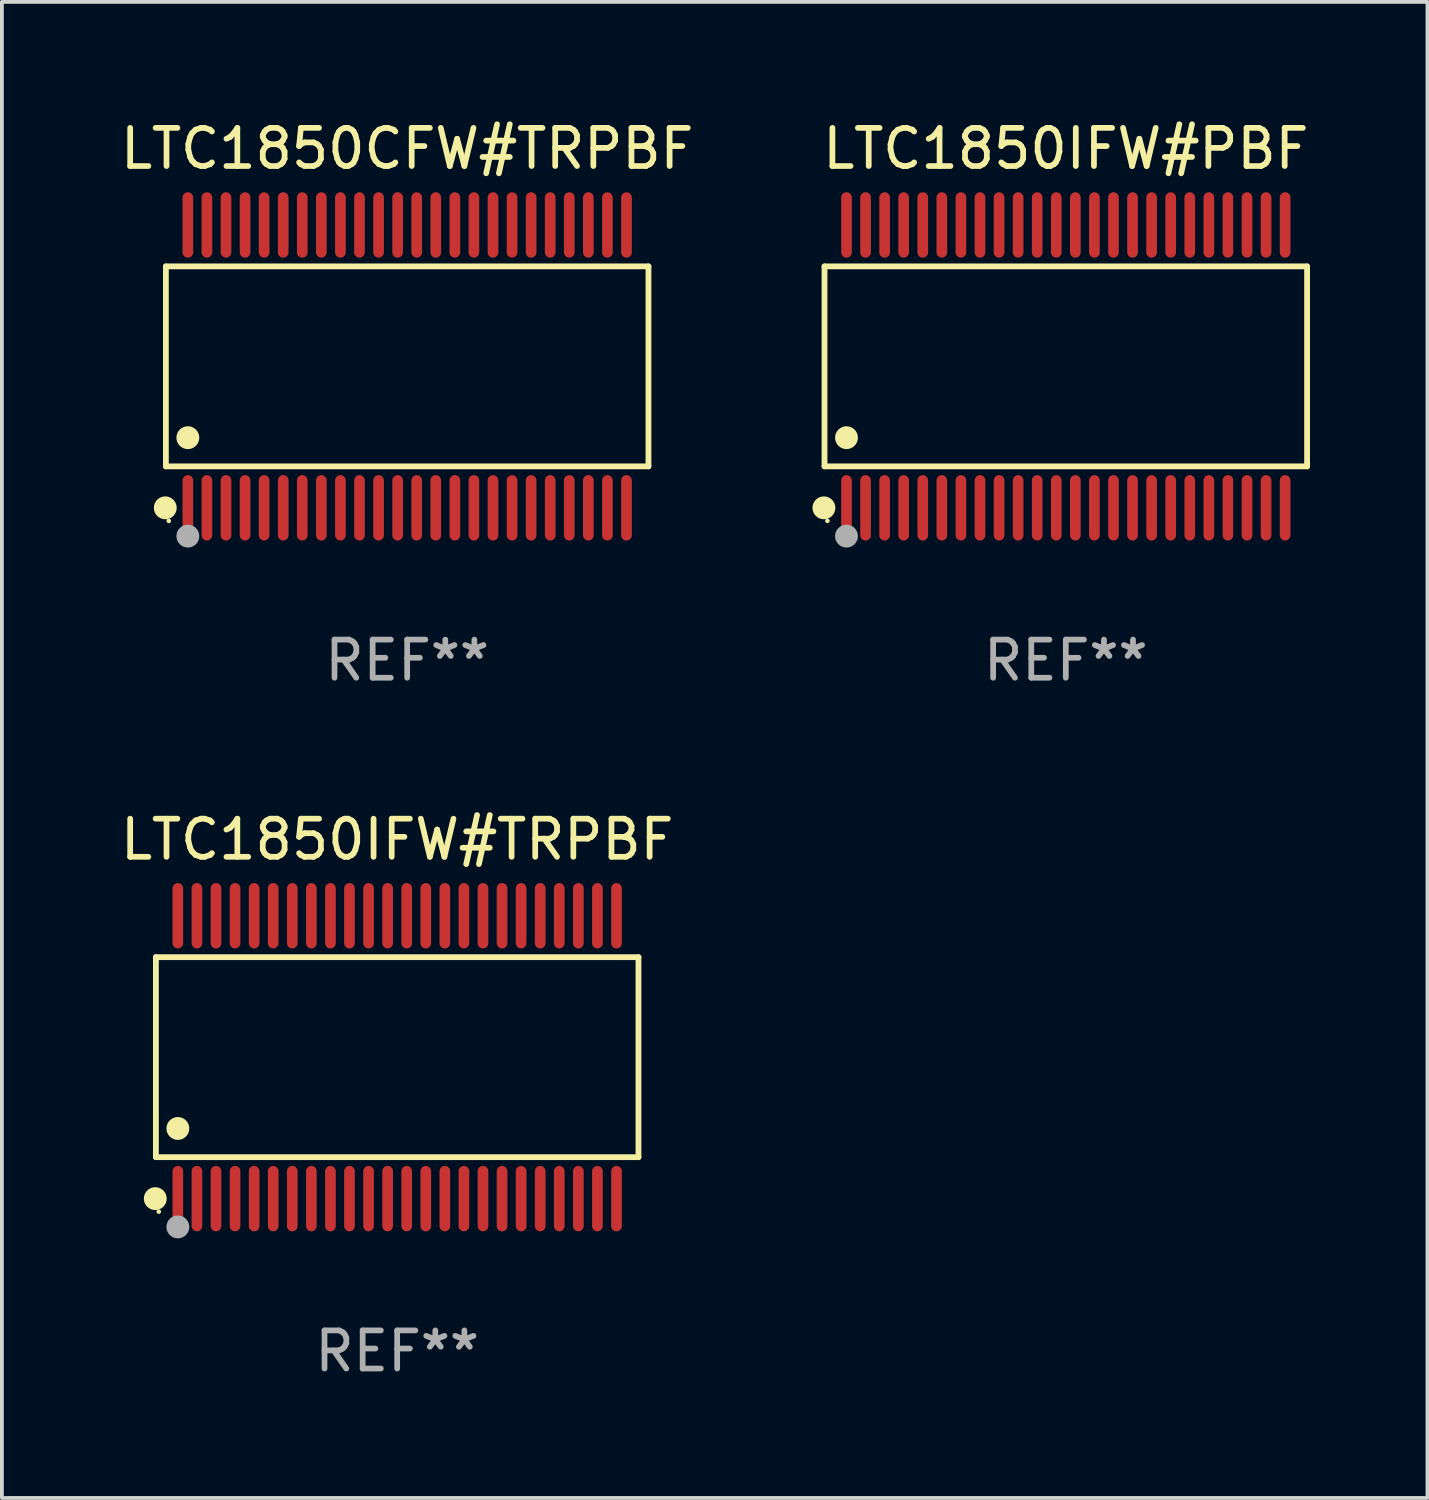
<source format=kicad_pcb>
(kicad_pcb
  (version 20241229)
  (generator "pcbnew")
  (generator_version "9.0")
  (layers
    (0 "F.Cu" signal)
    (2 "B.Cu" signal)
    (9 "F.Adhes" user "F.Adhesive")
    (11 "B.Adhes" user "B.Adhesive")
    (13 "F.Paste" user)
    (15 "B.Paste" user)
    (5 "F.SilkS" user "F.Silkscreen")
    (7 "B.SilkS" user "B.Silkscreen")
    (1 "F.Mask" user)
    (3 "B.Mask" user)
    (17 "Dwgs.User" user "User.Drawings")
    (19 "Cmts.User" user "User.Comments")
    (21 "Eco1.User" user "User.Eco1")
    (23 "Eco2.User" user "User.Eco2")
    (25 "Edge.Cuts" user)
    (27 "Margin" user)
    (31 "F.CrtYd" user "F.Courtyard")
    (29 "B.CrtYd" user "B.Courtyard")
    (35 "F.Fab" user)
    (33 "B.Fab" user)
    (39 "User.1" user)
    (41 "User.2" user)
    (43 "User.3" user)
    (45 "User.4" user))
  (footprint "LTC1850IFW#PBF"
    (layer "F.Cu")
    (at 24.893 6.556)
    (property "Reference" "LTC1850IFW#PBF" (at 0 -5.708 0) (layer "F.SilkS") (effects (font (size 1 1) (thickness 0.15))))
    (attr through_hole)
    (fp_line (start -6.326 -2.622) (end 6.326 -2.622) (stroke (width 0.152) (type solid)) (layer "F.SilkS"))
    (fp_line (start -6.326 2.621) (end -6.326 -2.622) (stroke (width 0.152) (type solid)) (layer "F.SilkS"))
    (fp_line (start 6.326 -2.622) (end 6.326 2.621) (stroke (width 0.152) (type solid)) (layer "F.SilkS"))
    (fp_line (start 6.326 2.621) (end -6.326 2.621) (stroke (width 0.152) (type solid)) (layer "F.SilkS"))
    (fp_circle (center -6.342 3.708) (end -6.192 3.708) (stroke (width 0.3) (type solid)) (fill no) (layer "F.SilkS"))
    (fp_circle (center -6.25 4.05) (end -6.22 4.05) (stroke (width 0.06) (type solid)) (fill no) (layer "F.SilkS"))
    (fp_circle (center -5.75 1.869) (end -5.6 1.869) (stroke (width 0.3) (type solid)) (fill no) (layer "F.SilkS"))
    (fp_circle (center -5.75 4.45) (end -5.6 4.45) (stroke (width 0.3) (type solid)) (fill no) (layer "F.Fab"))
    (fp_text user "REF**" (at 0 7.708 0) (layer "F.Fab") (effects (font (size 1 1) (thickness 0.15))))
    (pad "1" smd oval (at -5.75 3.708) (size 0.28 1.715) (layers "F.Cu" "F.Mask" "F.Paste"))
    (pad "2" smd oval (at -5.25 3.708) (size 0.28 1.715) (layers "F.Cu" "F.Mask" "F.Paste"))
    (pad "3" smd oval (at -4.75 3.708) (size 0.28 1.715) (layers "F.Cu" "F.Mask" "F.Paste"))
    (pad "4" smd oval (at -4.25 3.708) (size 0.28 1.715) (layers "F.Cu" "F.Mask" "F.Paste"))
    (pad "5" smd oval (at -3.75 3.708) (size 0.28 1.715) (layers "F.Cu" "F.Mask" "F.Paste"))
    (pad "6" smd oval (at -3.25 3.708) (size 0.28 1.715) (layers "F.Cu" "F.Mask" "F.Paste"))
    (pad "7" smd oval (at -2.75 3.708) (size 0.28 1.715) (layers "F.Cu" "F.Mask" "F.Paste"))
    (pad "8" smd oval (at -2.25 3.708) (size 0.28 1.715) (layers "F.Cu" "F.Mask" "F.Paste"))
    (pad "9" smd oval (at -1.75 3.708) (size 0.28 1.715) (layers "F.Cu" "F.Mask" "F.Paste"))
    (pad "10" smd oval (at -1.25 3.708) (size 0.28 1.715) (layers "F.Cu" "F.Mask" "F.Paste"))
    (pad "11" smd oval (at -0.75 3.708) (size 0.28 1.715) (layers "F.Cu" "F.Mask" "F.Paste"))
    (pad "12" smd oval (at -0.25 3.708) (size 0.28 1.715) (layers "F.Cu" "F.Mask" "F.Paste"))
    (pad "13" smd oval (at 0.25 3.708) (size 0.28 1.715) (layers "F.Cu" "F.Mask" "F.Paste"))
    (pad "14" smd oval (at 0.75 3.708) (size 0.28 1.715) (layers "F.Cu" "F.Mask" "F.Paste"))
    (pad "15" smd oval (at 1.25 3.708) (size 0.28 1.715) (layers "F.Cu" "F.Mask" "F.Paste"))
    (pad "16" smd oval (at 1.75 3.708) (size 0.28 1.715) (layers "F.Cu" "F.Mask" "F.Paste"))
    (pad "17" smd oval (at 2.25 3.708) (size 0.28 1.715) (layers "F.Cu" "F.Mask" "F.Paste"))
    (pad "18" smd oval (at 2.75 3.708) (size 0.28 1.715) (layers "F.Cu" "F.Mask" "F.Paste"))
    (pad "19" smd oval (at 3.25 3.708) (size 0.28 1.715) (layers "F.Cu" "F.Mask" "F.Paste"))
    (pad "20" smd oval (at 3.75 3.708) (size 0.28 1.715) (layers "F.Cu" "F.Mask" "F.Paste"))
    (pad "21" smd oval (at 4.25 3.708) (size 0.28 1.715) (layers "F.Cu" "F.Mask" "F.Paste"))
    (pad "22" smd oval (at 4.75 3.708) (size 0.28 1.715) (layers "F.Cu" "F.Mask" "F.Paste"))
    (pad "23" smd oval (at 5.25 3.708) (size 0.28 1.715) (layers "F.Cu" "F.Mask" "F.Paste"))
    (pad "24" smd oval (at 5.75 3.708) (size 0.28 1.715) (layers "F.Cu" "F.Mask" "F.Paste"))
    (pad "25" smd oval (at 5.75 -3.708) (size 0.28 1.715) (layers "F.Cu" "F.Mask" "F.Paste"))
    (pad "26" smd oval (at 5.25 -3.708) (size 0.28 1.715) (layers "F.Cu" "F.Mask" "F.Paste"))
    (pad "27" smd oval (at 4.75 -3.708) (size 0.28 1.715) (layers "F.Cu" "F.Mask" "F.Paste"))
    (pad "28" smd oval (at 4.25 -3.708) (size 0.28 1.715) (layers "F.Cu" "F.Mask" "F.Paste"))
    (pad "29" smd oval (at 3.75 -3.708) (size 0.28 1.715) (layers "F.Cu" "F.Mask" "F.Paste"))
    (pad "30" smd oval (at 3.25 -3.708) (size 0.28 1.715) (layers "F.Cu" "F.Mask" "F.Paste"))
    (pad "31" smd oval (at 2.75 -3.708) (size 0.28 1.715) (layers "F.Cu" "F.Mask" "F.Paste"))
    (pad "32" smd oval (at 2.25 -3.708) (size 0.28 1.715) (layers "F.Cu" "F.Mask" "F.Paste"))
    (pad "33" smd oval (at 1.75 -3.708) (size 0.28 1.715) (layers "F.Cu" "F.Mask" "F.Paste"))
    (pad "34" smd oval (at 1.25 -3.708) (size 0.28 1.715) (layers "F.Cu" "F.Mask" "F.Paste"))
    (pad "35" smd oval (at 0.75 -3.708) (size 0.28 1.715) (layers "F.Cu" "F.Mask" "F.Paste"))
    (pad "36" smd oval (at 0.25 -3.708) (size 0.28 1.715) (layers "F.Cu" "F.Mask" "F.Paste"))
    (pad "37" smd oval (at -0.25 -3.708) (size 0.28 1.715) (layers "F.Cu" "F.Mask" "F.Paste"))
    (pad "38" smd oval (at -0.75 -3.708) (size 0.28 1.715) (layers "F.Cu" "F.Mask" "F.Paste"))
    (pad "39" smd oval (at -1.25 -3.708) (size 0.28 1.715) (layers "F.Cu" "F.Mask" "F.Paste"))
    (pad "40" smd oval (at -1.75 -3.708) (size 0.28 1.715) (layers "F.Cu" "F.Mask" "F.Paste"))
    (pad "41" smd oval (at -2.25 -3.708) (size 0.28 1.715) (layers "F.Cu" "F.Mask" "F.Paste"))
    (pad "42" smd oval (at -2.75 -3.708) (size 0.28 1.715) (layers "F.Cu" "F.Mask" "F.Paste"))
    (pad "43" smd oval (at -3.25 -3.708) (size 0.28 1.715) (layers "F.Cu" "F.Mask" "F.Paste"))
    (pad "44" smd oval (at -3.75 -3.708) (size 0.28 1.715) (layers "F.Cu" "F.Mask" "F.Paste"))
    (pad "45" smd oval (at -4.25 -3.708) (size 0.28 1.715) (layers "F.Cu" "F.Mask" "F.Paste"))
    (pad "46" smd oval (at -4.75 -3.708) (size 0.28 1.715) (layers "F.Cu" "F.Mask" "F.Paste"))
    (pad "47" smd oval (at -5.25 -3.708) (size 0.28 1.715) (layers "F.Cu" "F.Mask" "F.Paste"))
    (pad "48" smd oval (at -5.75 -3.708) (size 0.28 1.715) (layers "F.Cu" "F.Mask" "F.Paste")))
  (footprint "LTC1850IFW#TRPBF"
    (layer "F.Cu")
    (at 7.363 24.667)
    (property "Reference" "LTC1850IFW#TRPBF" (at 0 -5.708 0) (layer "F.SilkS") (effects (font (size 1 1) (thickness 0.15))))
    (attr through_hole)
    (fp_line (start -6.326 -2.622) (end 6.326 -2.622) (stroke (width 0.152) (type solid)) (layer "F.SilkS"))
    (fp_line (start -6.326 2.621) (end -6.326 -2.622) (stroke (width 0.152) (type solid)) (layer "F.SilkS"))
    (fp_line (start 6.326 -2.622) (end 6.326 2.621) (stroke (width 0.152) (type solid)) (layer "F.SilkS"))
    (fp_line (start 6.326 2.621) (end -6.326 2.621) (stroke (width 0.152) (type solid)) (layer "F.SilkS"))
    (fp_circle (center -6.342 3.708) (end -6.192 3.708) (stroke (width 0.3) (type solid)) (fill no) (layer "F.SilkS"))
    (fp_circle (center -6.25 4.05) (end -6.22 4.05) (stroke (width 0.06) (type solid)) (fill no) (layer "F.SilkS"))
    (fp_circle (center -5.75 1.869) (end -5.6 1.869) (stroke (width 0.3) (type solid)) (fill no) (layer "F.SilkS"))
    (fp_circle (center -5.75 4.45) (end -5.6 4.45) (stroke (width 0.3) (type solid)) (fill no) (layer "F.Fab"))
    (fp_text user "REF**" (at 0 7.708 0) (layer "F.Fab") (effects (font (size 1 1) (thickness 0.15))))
    (pad "1" smd oval (at -5.75 3.708) (size 0.28 1.715) (layers "F.Cu" "F.Mask" "F.Paste"))
    (pad "2" smd oval (at -5.25 3.708) (size 0.28 1.715) (layers "F.Cu" "F.Mask" "F.Paste"))
    (pad "3" smd oval (at -4.75 3.708) (size 0.28 1.715) (layers "F.Cu" "F.Mask" "F.Paste"))
    (pad "4" smd oval (at -4.25 3.708) (size 0.28 1.715) (layers "F.Cu" "F.Mask" "F.Paste"))
    (pad "5" smd oval (at -3.75 3.708) (size 0.28 1.715) (layers "F.Cu" "F.Mask" "F.Paste"))
    (pad "6" smd oval (at -3.25 3.708) (size 0.28 1.715) (layers "F.Cu" "F.Mask" "F.Paste"))
    (pad "7" smd oval (at -2.75 3.708) (size 0.28 1.715) (layers "F.Cu" "F.Mask" "F.Paste"))
    (pad "8" smd oval (at -2.25 3.708) (size 0.28 1.715) (layers "F.Cu" "F.Mask" "F.Paste"))
    (pad "9" smd oval (at -1.75 3.708) (size 0.28 1.715) (layers "F.Cu" "F.Mask" "F.Paste"))
    (pad "10" smd oval (at -1.25 3.708) (size 0.28 1.715) (layers "F.Cu" "F.Mask" "F.Paste"))
    (pad "11" smd oval (at -0.75 3.708) (size 0.28 1.715) (layers "F.Cu" "F.Mask" "F.Paste"))
    (pad "12" smd oval (at -0.25 3.708) (size 0.28 1.715) (layers "F.Cu" "F.Mask" "F.Paste"))
    (pad "13" smd oval (at 0.25 3.708) (size 0.28 1.715) (layers "F.Cu" "F.Mask" "F.Paste"))
    (pad "14" smd oval (at 0.75 3.708) (size 0.28 1.715) (layers "F.Cu" "F.Mask" "F.Paste"))
    (pad "15" smd oval (at 1.25 3.708) (size 0.28 1.715) (layers "F.Cu" "F.Mask" "F.Paste"))
    (pad "16" smd oval (at 1.75 3.708) (size 0.28 1.715) (layers "F.Cu" "F.Mask" "F.Paste"))
    (pad "17" smd oval (at 2.25 3.708) (size 0.28 1.715) (layers "F.Cu" "F.Mask" "F.Paste"))
    (pad "18" smd oval (at 2.75 3.708) (size 0.28 1.715) (layers "F.Cu" "F.Mask" "F.Paste"))
    (pad "19" smd oval (at 3.25 3.708) (size 0.28 1.715) (layers "F.Cu" "F.Mask" "F.Paste"))
    (pad "20" smd oval (at 3.75 3.708) (size 0.28 1.715) (layers "F.Cu" "F.Mask" "F.Paste"))
    (pad "21" smd oval (at 4.25 3.708) (size 0.28 1.715) (layers "F.Cu" "F.Mask" "F.Paste"))
    (pad "22" smd oval (at 4.75 3.708) (size 0.28 1.715) (layers "F.Cu" "F.Mask" "F.Paste"))
    (pad "23" smd oval (at 5.25 3.708) (size 0.28 1.715) (layers "F.Cu" "F.Mask" "F.Paste"))
    (pad "24" smd oval (at 5.75 3.708) (size 0.28 1.715) (layers "F.Cu" "F.Mask" "F.Paste"))
    (pad "25" smd oval (at 5.75 -3.708) (size 0.28 1.715) (layers "F.Cu" "F.Mask" "F.Paste"))
    (pad "26" smd oval (at 5.25 -3.708) (size 0.28 1.715) (layers "F.Cu" "F.Mask" "F.Paste"))
    (pad "27" smd oval (at 4.75 -3.708) (size 0.28 1.715) (layers "F.Cu" "F.Mask" "F.Paste"))
    (pad "28" smd oval (at 4.25 -3.708) (size 0.28 1.715) (layers "F.Cu" "F.Mask" "F.Paste"))
    (pad "29" smd oval (at 3.75 -3.708) (size 0.28 1.715) (layers "F.Cu" "F.Mask" "F.Paste"))
    (pad "30" smd oval (at 3.25 -3.708) (size 0.28 1.715) (layers "F.Cu" "F.Mask" "F.Paste"))
    (pad "31" smd oval (at 2.75 -3.708) (size 0.28 1.715) (layers "F.Cu" "F.Mask" "F.Paste"))
    (pad "32" smd oval (at 2.25 -3.708) (size 0.28 1.715) (layers "F.Cu" "F.Mask" "F.Paste"))
    (pad "33" smd oval (at 1.75 -3.708) (size 0.28 1.715) (layers "F.Cu" "F.Mask" "F.Paste"))
    (pad "34" smd oval (at 1.25 -3.708) (size 0.28 1.715) (layers "F.Cu" "F.Mask" "F.Paste"))
    (pad "35" smd oval (at 0.75 -3.708) (size 0.28 1.715) (layers "F.Cu" "F.Mask" "F.Paste"))
    (pad "36" smd oval (at 0.25 -3.708) (size 0.28 1.715) (layers "F.Cu" "F.Mask" "F.Paste"))
    (pad "37" smd oval (at -0.25 -3.708) (size 0.28 1.715) (layers "F.Cu" "F.Mask" "F.Paste"))
    (pad "38" smd oval (at -0.75 -3.708) (size 0.28 1.715) (layers "F.Cu" "F.Mask" "F.Paste"))
    (pad "39" smd oval (at -1.25 -3.708) (size 0.28 1.715) (layers "F.Cu" "F.Mask" "F.Paste"))
    (pad "40" smd oval (at -1.75 -3.708) (size 0.28 1.715) (layers "F.Cu" "F.Mask" "F.Paste"))
    (pad "41" smd oval (at -2.25 -3.708) (size 0.28 1.715) (layers "F.Cu" "F.Mask" "F.Paste"))
    (pad "42" smd oval (at -2.75 -3.708) (size 0.28 1.715) (layers "F.Cu" "F.Mask" "F.Paste"))
    (pad "43" smd oval (at -3.25 -3.708) (size 0.28 1.715) (layers "F.Cu" "F.Mask" "F.Paste"))
    (pad "44" smd oval (at -3.75 -3.708) (size 0.28 1.715) (layers "F.Cu" "F.Mask" "F.Paste"))
    (pad "45" smd oval (at -4.25 -3.708) (size 0.28 1.715) (layers "F.Cu" "F.Mask" "F.Paste"))
    (pad "46" smd oval (at -4.75 -3.708) (size 0.28 1.715) (layers "F.Cu" "F.Mask" "F.Paste"))
    (pad "47" smd oval (at -5.25 -3.708) (size 0.28 1.715) (layers "F.Cu" "F.Mask" "F.Paste"))
    (pad "48" smd oval (at -5.75 -3.708) (size 0.28 1.715) (layers "F.Cu" "F.Mask" "F.Paste")))
  (footprint "LTC1850CFW#TRPBF"
    (layer "F.Cu")
    (at 7.625 6.556)
    (property "Reference" "LTC1850CFW#TRPBF" (at 0 -5.708 0) (layer "F.SilkS") (effects (font (size 1 1) (thickness 0.15))))
    (attr through_hole)
    (fp_line (start -6.326 -2.622) (end 6.326 -2.622) (stroke (width 0.152) (type solid)) (layer "F.SilkS"))
    (fp_line (start -6.326 2.621) (end -6.326 -2.622) (stroke (width 0.152) (type solid)) (layer "F.SilkS"))
    (fp_line (start 6.326 -2.622) (end 6.326 2.621) (stroke (width 0.152) (type solid)) (layer "F.SilkS"))
    (fp_line (start 6.326 2.621) (end -6.326 2.621) (stroke (width 0.152) (type solid)) (layer "F.SilkS"))
    (fp_circle (center -6.342 3.708) (end -6.192 3.708) (stroke (width 0.3) (type solid)) (fill no) (layer "F.SilkS"))
    (fp_circle (center -6.25 4.05) (end -6.22 4.05) (stroke (width 0.06) (type solid)) (fill no) (layer "F.SilkS"))
    (fp_circle (center -5.75 1.869) (end -5.6 1.869) (stroke (width 0.3) (type solid)) (fill no) (layer "F.SilkS"))
    (fp_circle (center -5.75 4.45) (end -5.6 4.45) (stroke (width 0.3) (type solid)) (fill no) (layer "F.Fab"))
    (fp_text user "REF**" (at 0 7.708 0) (layer "F.Fab") (effects (font (size 1 1) (thickness 0.15))))
    (pad "1" smd oval (at -5.75 3.708) (size 0.28 1.715) (layers "F.Cu" "F.Mask" "F.Paste"))
    (pad "2" smd oval (at -5.25 3.708) (size 0.28 1.715) (layers "F.Cu" "F.Mask" "F.Paste"))
    (pad "3" smd oval (at -4.75 3.708) (size 0.28 1.715) (layers "F.Cu" "F.Mask" "F.Paste"))
    (pad "4" smd oval (at -4.25 3.708) (size 0.28 1.715) (layers "F.Cu" "F.Mask" "F.Paste"))
    (pad "5" smd oval (at -3.75 3.708) (size 0.28 1.715) (layers "F.Cu" "F.Mask" "F.Paste"))
    (pad "6" smd oval (at -3.25 3.708) (size 0.28 1.715) (layers "F.Cu" "F.Mask" "F.Paste"))
    (pad "7" smd oval (at -2.75 3.708) (size 0.28 1.715) (layers "F.Cu" "F.Mask" "F.Paste"))
    (pad "8" smd oval (at -2.25 3.708) (size 0.28 1.715) (layers "F.Cu" "F.Mask" "F.Paste"))
    (pad "9" smd oval (at -1.75 3.708) (size 0.28 1.715) (layers "F.Cu" "F.Mask" "F.Paste"))
    (pad "10" smd oval (at -1.25 3.708) (size 0.28 1.715) (layers "F.Cu" "F.Mask" "F.Paste"))
    (pad "11" smd oval (at -0.75 3.708) (size 0.28 1.715) (layers "F.Cu" "F.Mask" "F.Paste"))
    (pad "12" smd oval (at -0.25 3.708) (size 0.28 1.715) (layers "F.Cu" "F.Mask" "F.Paste"))
    (pad "13" smd oval (at 0.25 3.708) (size 0.28 1.715) (layers "F.Cu" "F.Mask" "F.Paste"))
    (pad "14" smd oval (at 0.75 3.708) (size 0.28 1.715) (layers "F.Cu" "F.Mask" "F.Paste"))
    (pad "15" smd oval (at 1.25 3.708) (size 0.28 1.715) (layers "F.Cu" "F.Mask" "F.Paste"))
    (pad "16" smd oval (at 1.75 3.708) (size 0.28 1.715) (layers "F.Cu" "F.Mask" "F.Paste"))
    (pad "17" smd oval (at 2.25 3.708) (size 0.28 1.715) (layers "F.Cu" "F.Mask" "F.Paste"))
    (pad "18" smd oval (at 2.75 3.708) (size 0.28 1.715) (layers "F.Cu" "F.Mask" "F.Paste"))
    (pad "19" smd oval (at 3.25 3.708) (size 0.28 1.715) (layers "F.Cu" "F.Mask" "F.Paste"))
    (pad "20" smd oval (at 3.75 3.708) (size 0.28 1.715) (layers "F.Cu" "F.Mask" "F.Paste"))
    (pad "21" smd oval (at 4.25 3.708) (size 0.28 1.715) (layers "F.Cu" "F.Mask" "F.Paste"))
    (pad "22" smd oval (at 4.75 3.708) (size 0.28 1.715) (layers "F.Cu" "F.Mask" "F.Paste"))
    (pad "23" smd oval (at 5.25 3.708) (size 0.28 1.715) (layers "F.Cu" "F.Mask" "F.Paste"))
    (pad "24" smd oval (at 5.75 3.708) (size 0.28 1.715) (layers "F.Cu" "F.Mask" "F.Paste"))
    (pad "25" smd oval (at 5.75 -3.708) (size 0.28 1.715) (layers "F.Cu" "F.Mask" "F.Paste"))
    (pad "26" smd oval (at 5.25 -3.708) (size 0.28 1.715) (layers "F.Cu" "F.Mask" "F.Paste"))
    (pad "27" smd oval (at 4.75 -3.708) (size 0.28 1.715) (layers "F.Cu" "F.Mask" "F.Paste"))
    (pad "28" smd oval (at 4.25 -3.708) (size 0.28 1.715) (layers "F.Cu" "F.Mask" "F.Paste"))
    (pad "29" smd oval (at 3.75 -3.708) (size 0.28 1.715) (layers "F.Cu" "F.Mask" "F.Paste"))
    (pad "30" smd oval (at 3.25 -3.708) (size 0.28 1.715) (layers "F.Cu" "F.Mask" "F.Paste"))
    (pad "31" smd oval (at 2.75 -3.708) (size 0.28 1.715) (layers "F.Cu" "F.Mask" "F.Paste"))
    (pad "32" smd oval (at 2.25 -3.708) (size 0.28 1.715) (layers "F.Cu" "F.Mask" "F.Paste"))
    (pad "33" smd oval (at 1.75 -3.708) (size 0.28 1.715) (layers "F.Cu" "F.Mask" "F.Paste"))
    (pad "34" smd oval (at 1.25 -3.708) (size 0.28 1.715) (layers "F.Cu" "F.Mask" "F.Paste"))
    (pad "35" smd oval (at 0.75 -3.708) (size 0.28 1.715) (layers "F.Cu" "F.Mask" "F.Paste"))
    (pad "36" smd oval (at 0.25 -3.708) (size 0.28 1.715) (layers "F.Cu" "F.Mask" "F.Paste"))
    (pad "37" smd oval (at -0.25 -3.708) (size 0.28 1.715) (layers "F.Cu" "F.Mask" "F.Paste"))
    (pad "38" smd oval (at -0.75 -3.708) (size 0.28 1.715) (layers "F.Cu" "F.Mask" "F.Paste"))
    (pad "39" smd oval (at -1.25 -3.708) (size 0.28 1.715) (layers "F.Cu" "F.Mask" "F.Paste"))
    (pad "40" smd oval (at -1.75 -3.708) (size 0.28 1.715) (layers "F.Cu" "F.Mask" "F.Paste"))
    (pad "41" smd oval (at -2.25 -3.708) (size 0.28 1.715) (layers "F.Cu" "F.Mask" "F.Paste"))
    (pad "42" smd oval (at -2.75 -3.708) (size 0.28 1.715) (layers "F.Cu" "F.Mask" "F.Paste"))
    (pad "43" smd oval (at -3.25 -3.708) (size 0.28 1.715) (layers "F.Cu" "F.Mask" "F.Paste"))
    (pad "44" smd oval (at -3.75 -3.708) (size 0.28 1.715) (layers "F.Cu" "F.Mask" "F.Paste"))
    (pad "45" smd oval (at -4.25 -3.708) (size 0.28 1.715) (layers "F.Cu" "F.Mask" "F.Paste"))
    (pad "46" smd oval (at -4.75 -3.708) (size 0.28 1.715) (layers "F.Cu" "F.Mask" "F.Paste"))
    (pad "47" smd oval (at -5.25 -3.708) (size 0.28 1.715) (layers "F.Cu" "F.Mask" "F.Paste"))
    (pad "48" smd oval (at -5.75 -3.708) (size 0.28 1.715) (layers "F.Cu" "F.Mask" "F.Paste")))
  (gr_rect
    (start -3 -3)
    (end 34.375 36.223)
    (stroke (width 0.1) (type default))
    (fill no)
    (layer "Edge.Cuts")))
</source>
